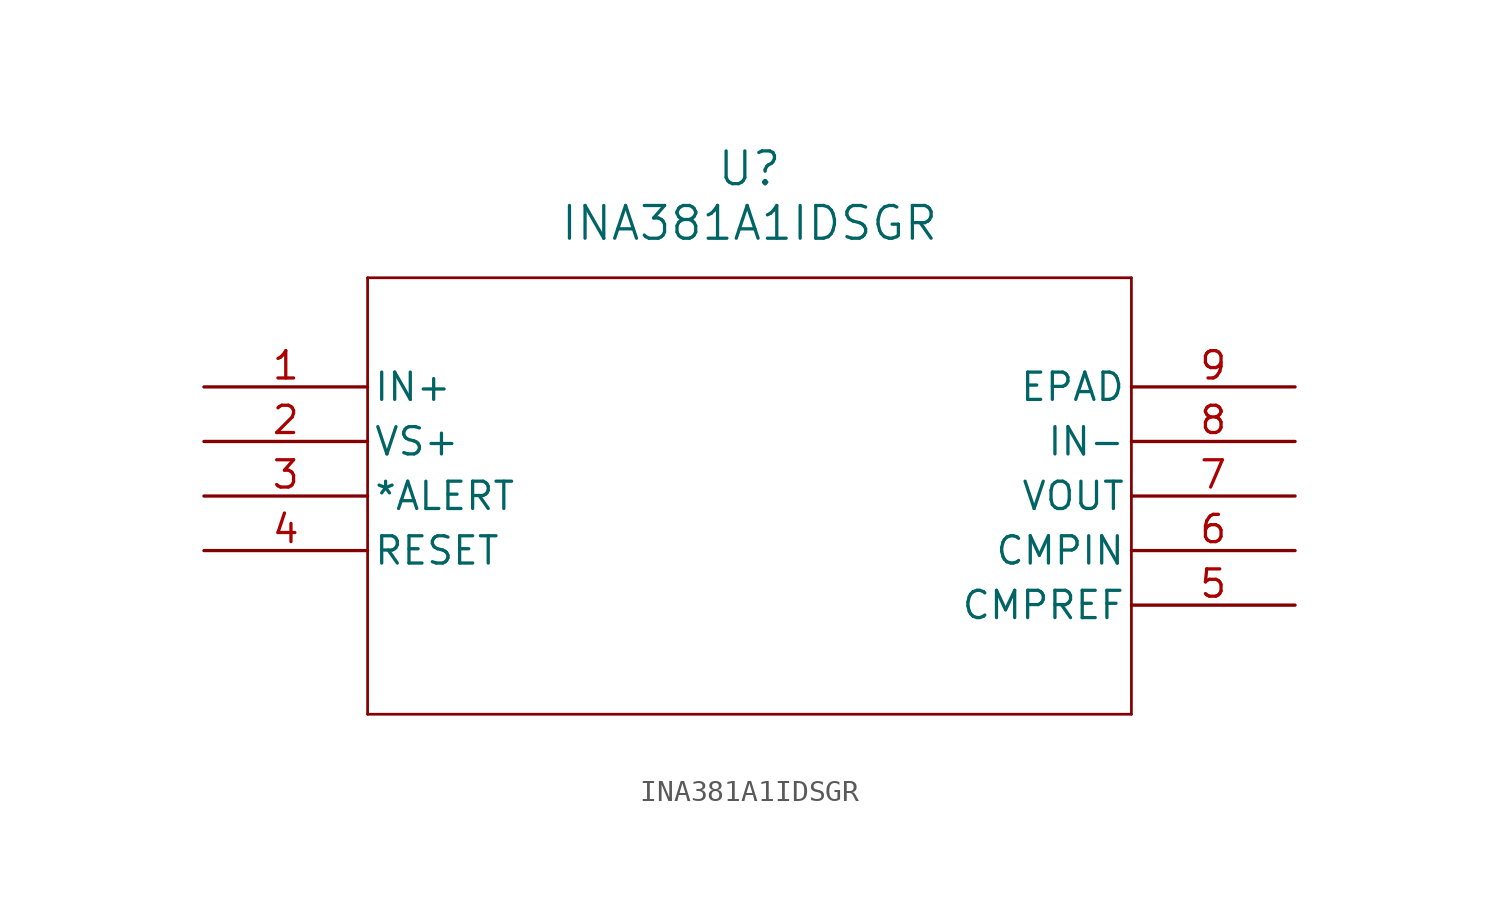
<source format=kicad_sym>
(kicad_symbol_lib
  (version 20211014)
  (generator kicad_symbol_editor)
  (symbol "INA381A1IDSGR"
    (pin_names
      (offset 0.254))
    (property "Reference" "U"
      (at 25.4 10.16 0)
      (effects (font (size 1.524 1.524))))
    (property "Value" "INA381A1IDSGR"
      (at 25.4 7.62 0)
      (effects (font (size 1.524 1.524))))
    (polyline
      (pts (xy 7.62 5.08) (xy 7.62 -15.24))
      (stroke (width 0.127) (type default) (color 0 0 0 0))
      (fill (type none)))
    (polyline
      (pts (xy 7.62 -15.24) (xy 43.18 -15.24))
      (stroke (width 0.127) (type default) (color 0 0 0 0))
      (fill (type none)))
    (polyline
      (pts (xy 43.18 -15.24) (xy 43.18 5.08))
      (stroke (width 0.127) (type default) (color 0 0 0 0))
      (fill (type none)))
    (polyline
      (pts (xy 43.18 5.08) (xy 7.62 5.08))
      (stroke (width 0.127) (type default) (color 0 0 0 0))
      (fill (type none)))
    (pin input line
      (at 0 0 0)
      (length 7.62)
      (name "IN+" (effects (font (size 1.27 1.27))))
      (number "1" (effects (font (size 1.27 1.27)))))
    (pin power_in line
      (at 0 -2.54 0)
      (length 7.62)
      (name "VS+" (effects (font (size 1.27 1.27))))
      (number "2" (effects (font (size 1.27 1.27)))))
    (pin output line
      (at 0 -5.08 0)
      (length 7.62)
      (name "*ALERT" (effects (font (size 1.27 1.27))))
      (number "3" (effects (font (size 1.27 1.27)))))
    (pin input line
      (at 0 -7.62 0)
      (length 7.62)
      (name "RESET" (effects (font (size 1.27 1.27))))
      (number "4" (effects (font (size 1.27 1.27)))))
    (pin input line
      (at 50.8 -10.16 180)
      (length 7.62)
      (name "CMPREF" (effects (font (size 1.27 1.27))))
      (number "5" (effects (font (size 1.27 1.27)))))
    (pin input line
      (at 50.8 -7.62 180)
      (length 7.62)
      (name "CMPIN" (effects (font (size 1.27 1.27))))
      (number "6" (effects (font (size 1.27 1.27)))))
    (pin output line
      (at 50.8 -5.08 180)
      (length 7.62)
      (name "VOUT" (effects (font (size 1.27 1.27))))
      (number "7" (effects (font (size 1.27 1.27)))))
    (pin input line
      (at 50.8 -2.54 180)
      (length 7.62)
      (name "IN-" (effects (font (size 1.27 1.27))))
      (number "8" (effects (font (size 1.27 1.27)))))
    (pin unspecified line
      (at 50.8 0 180)
      (length 7.62)
      (name "EPAD" (effects (font (size 1.27 1.27))))
      (number "9" (effects (font (size 1.27 1.27)))))))
</source>
